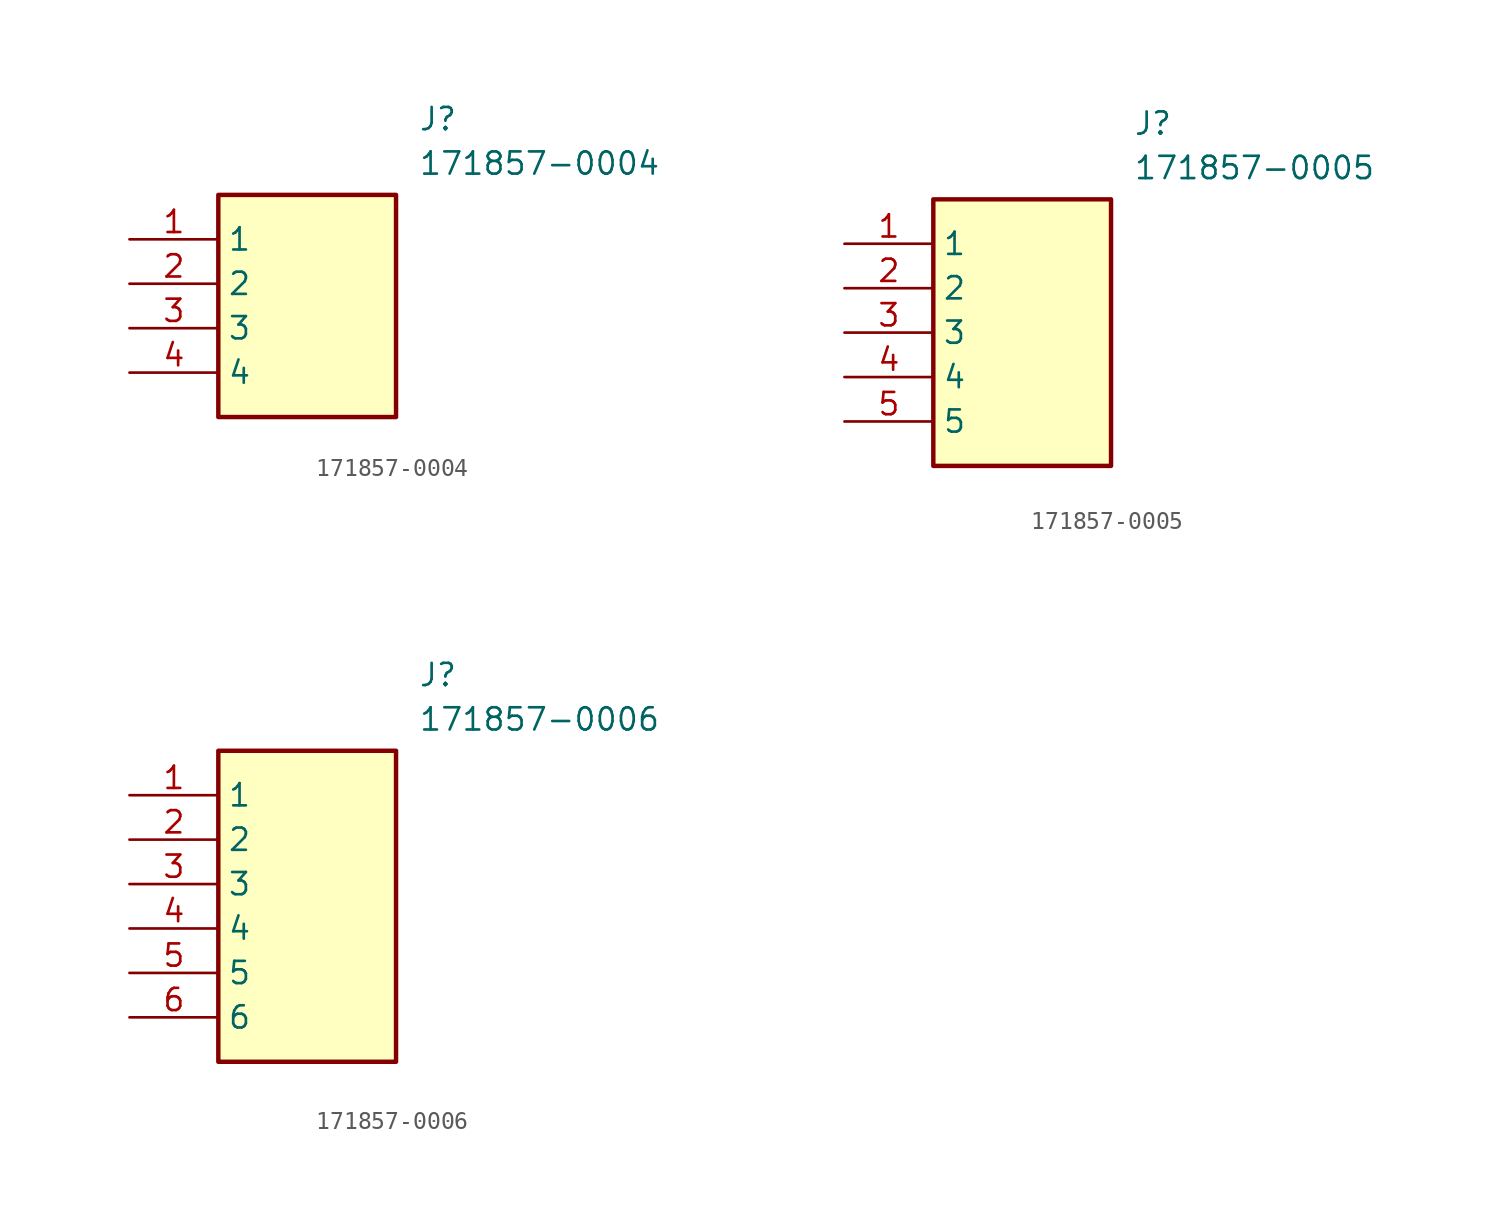
<source format=kicad_sym>
(kicad_symbol_lib
  (version 20220914)
  (generator kicad_symbol_editor)
  (symbol "171857-0004"
    (property "Reference" "J"
      (at 16.51 7.62 0)
      (effects (font (size 1.27 1.27)) (justify left top)))
    (property "Value" "171857-0004"
      (at 16.51 5.08 0)
      (effects (font (size 1.27 1.27)) (justify left top)))
    (symbol "171857-0004_1_1"
      (rectangle (start 5.08 2.54) (end 15.24 -10.16) (stroke (width 0.254) (type default)) (fill (type background)))
      (pin passive line (at 0 0 0) (length 5.08) (name "1" (effects (font (size 1.27 1.27)))) (number "1" (effects (font (size 1.27 1.27)))))
      (pin passive line (at 0 -2.54 0) (length 5.08) (name "2" (effects (font (size 1.27 1.27)))) (number "2" (effects (font (size 1.27 1.27)))))
      (pin passive line (at 0 -5.08 0) (length 5.08) (name "3" (effects (font (size 1.27 1.27)))) (number "3" (effects (font (size 1.27 1.27)))))
      (pin passive line (at 0 -7.62 0) (length 5.08) (name "4" (effects (font (size 1.27 1.27)))) (number "4" (effects (font (size 1.27 1.27)))))))
  (symbol "171857-0005"
    (property "Reference" "J"
      (at 16.51 7.62 0)
      (effects (font (size 1.27 1.27)) (justify left top)))
    (property "Value" "171857-0005"
      (at 16.51 5.08 0)
      (effects (font (size 1.27 1.27)) (justify left top)))
    (symbol "171857-0005_1_1"
      (rectangle (start 5.08 2.54) (end 15.24 -12.7) (stroke (width 0.254) (type default)) (fill (type background)))
      (pin passive line (at 0 0 0) (length 5.08) (name "1" (effects (font (size 1.27 1.27)))) (number "1" (effects (font (size 1.27 1.27)))))
      (pin passive line (at 0 -2.54 0) (length 5.08) (name "2" (effects (font (size 1.27 1.27)))) (number "2" (effects (font (size 1.27 1.27)))))
      (pin passive line (at 0 -5.08 0) (length 5.08) (name "3" (effects (font (size 1.27 1.27)))) (number "3" (effects (font (size 1.27 1.27)))))
      (pin passive line (at 0 -7.62 0) (length 5.08) (name "4" (effects (font (size 1.27 1.27)))) (number "4" (effects (font (size 1.27 1.27)))))
      (pin passive line (at 0 -10.16 0) (length 5.08) (name "5" (effects (font (size 1.27 1.27)))) (number "5" (effects (font (size 1.27 1.27)))))))
  (symbol "171857-0006"
    (property "Reference" "J"
      (at 16.51 7.62 0)
      (effects (font (size 1.27 1.27)) (justify left top)))
    (property "Value" "171857-0006"
      (at 16.51 5.08 0)
      (effects (font (size 1.27 1.27)) (justify left top)))
    (symbol "171857-0006_1_1"
      (rectangle (start 5.08 2.54) (end 15.24 -15.24) (stroke (width 0.254) (type default)) (fill (type background)))
      (pin passive line (at 0 0 0) (length 5.08) (name "1" (effects (font (size 1.27 1.27)))) (number "1" (effects (font (size 1.27 1.27)))))
      (pin passive line (at 0 -2.54 0) (length 5.08) (name "2" (effects (font (size 1.27 1.27)))) (number "2" (effects (font (size 1.27 1.27)))))
      (pin passive line (at 0 -5.08 0) (length 5.08) (name "3" (effects (font (size 1.27 1.27)))) (number "3" (effects (font (size 1.27 1.27)))))
      (pin passive line (at 0 -7.62 0) (length 5.08) (name "4" (effects (font (size 1.27 1.27)))) (number "4" (effects (font (size 1.27 1.27)))))
      (pin passive line (at 0 -10.16 0) (length 5.08) (name "5" (effects (font (size 1.27 1.27)))) (number "5" (effects (font (size 1.27 1.27)))))
      (pin passive line (at 0 -12.7 0) (length 5.08) (name "6" (effects (font (size 1.27 1.27)))) (number "6" (effects (font (size 1.27 1.27))))))))
</source>
